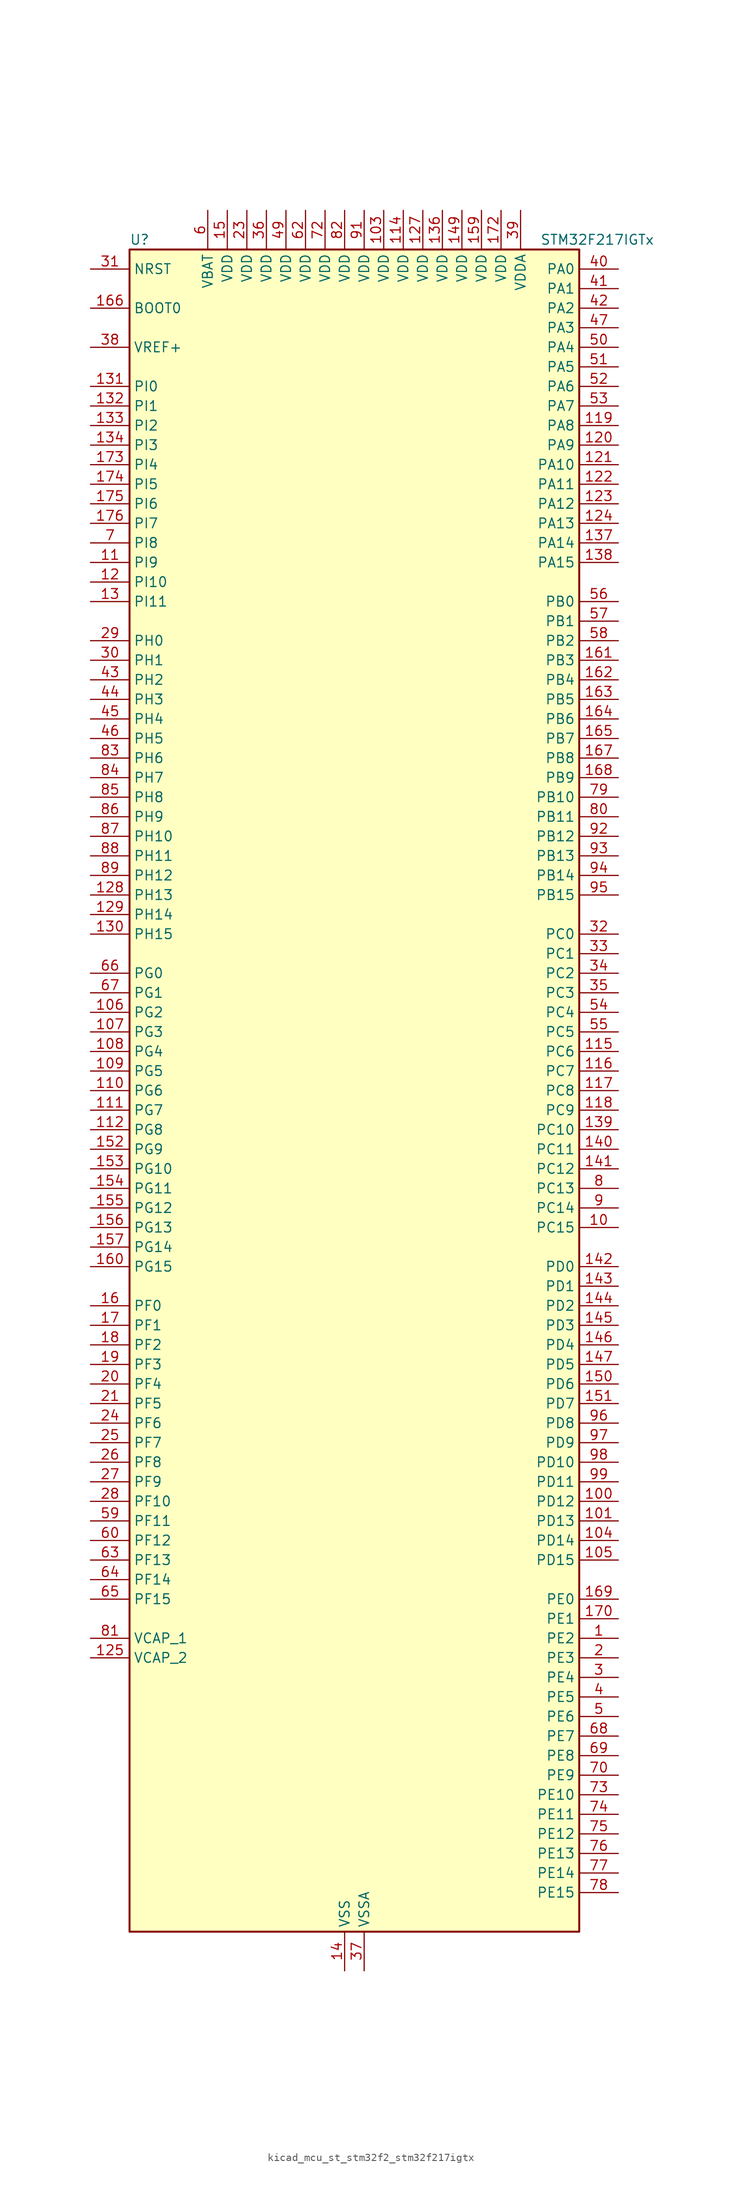
<source format=kicad_sym>
(kicad_symbol_lib
  (version 20220914)
  (generator kicad_symbol_editor)
  (symbol "kicad_mcu_st_stm32f2_stm32f217igtx"
    (property "Reference" "U"
      (at -27.94 110.49 0)
      (effects (font (size 1.27 1.27)) (justify left)))
    (property "Value" "STM32F217IGTx"
      (at 25.4 110.49 0)
      (effects (font (size 1.27 1.27)) (justify left)))
    (property "ki_locked" ""
      (at 0 0 0)
      (effects (font (size 1.27 1.27))))
    (symbol "kicad_mcu_st_stm32f2_stm32f217igtx_0_1"
      (rectangle (start -27.94 -109.22) (end 30.48 109.22) (stroke (width 0.254) (type default)) (fill (type background))))
    (symbol "kicad_mcu_st_stm32f2_stm32f217igtx_1_1"
      (pin bidirectional line (at 35.56 -71.12 180) (length 5.08) (name "PE2" (effects (font (size 1.27 1.27)))) (number "1" (effects (font (size 1.27 1.27)))) (alternate "ETH_TXD3" bidirectional line) (alternate "FSMC_A23" bidirectional line) (alternate "SYS_TRACECLK" bidirectional line))
      (pin bidirectional line (at 35.56 -17.78 180) (length 5.08) (name "PC15" (effects (font (size 1.27 1.27)))) (number "10" (effects (font (size 1.27 1.27)))) (alternate "ADC1_EXTI15" bidirectional line) (alternate "ADC2_EXTI15" bidirectional line) (alternate "ADC3_EXTI15" bidirectional line) (alternate "RCC_OSC32_OUT" bidirectional line))
      (pin bidirectional line (at 35.56 -53.34 180) (length 5.08) (name "PD12" (effects (font (size 1.27 1.27)))) (number "100" (effects (font (size 1.27 1.27)))) (alternate "FSMC_A17" bidirectional line) (alternate "FSMC_ALE" bidirectional line) (alternate "TIM4_CH1" bidirectional line) (alternate "USART3_RTS" bidirectional line))
      (pin bidirectional line (at 35.56 -55.88 180) (length 5.08) (name "PD13" (effects (font (size 1.27 1.27)))) (number "101" (effects (font (size 1.27 1.27)))) (alternate "FSMC_A18" bidirectional line) (alternate "TIM4_CH2" bidirectional line))
      (pin passive line (at 0 -114.3 90) (length 5.08) hide (name "VSS" (effects (font (size 1.27 1.27)))) (number "102" (effects (font (size 1.27 1.27)))))
      (pin power_in line (at 5.08 114.3 270) (length 5.08) (name "VDD" (effects (font (size 1.27 1.27)))) (number "103" (effects (font (size 1.27 1.27)))))
      (pin bidirectional line (at 35.56 -58.42 180) (length 5.08) (name "PD14" (effects (font (size 1.27 1.27)))) (number "104" (effects (font (size 1.27 1.27)))) (alternate "FSMC_D0" bidirectional line) (alternate "FSMC_DA0" bidirectional line) (alternate "TIM4_CH3" bidirectional line))
      (pin bidirectional line (at 35.56 -60.96 180) (length 5.08) (name "PD15" (effects (font (size 1.27 1.27)))) (number "105" (effects (font (size 1.27 1.27)))) (alternate "ADC1_EXTI15" bidirectional line) (alternate "ADC2_EXTI15" bidirectional line) (alternate "ADC3_EXTI15" bidirectional line) (alternate "FSMC_D1" bidirectional line) (alternate "FSMC_DA1" bidirectional line) (alternate "TIM4_CH4" bidirectional line))
      (pin bidirectional line (at -33.02 10.16 0) (length 5.08) (name "PG2" (effects (font (size 1.27 1.27)))) (number "106" (effects (font (size 1.27 1.27)))) (alternate "FSMC_A12" bidirectional line))
      (pin bidirectional line (at -33.02 7.62 0) (length 5.08) (name "PG3" (effects (font (size 1.27 1.27)))) (number "107" (effects (font (size 1.27 1.27)))) (alternate "FSMC_A13" bidirectional line))
      (pin bidirectional line (at -33.02 5.08 0) (length 5.08) (name "PG4" (effects (font (size 1.27 1.27)))) (number "108" (effects (font (size 1.27 1.27)))) (alternate "FSMC_A14" bidirectional line))
      (pin bidirectional line (at -33.02 2.54 0) (length 5.08) (name "PG5" (effects (font (size 1.27 1.27)))) (number "109" (effects (font (size 1.27 1.27)))) (alternate "FSMC_A15" bidirectional line))
      (pin bidirectional line (at -33.02 68.58 0) (length 5.08) (name "PI9" (effects (font (size 1.27 1.27)))) (number "11" (effects (font (size 1.27 1.27)))) (alternate "CAN1_RX" bidirectional line) (alternate "DAC_EXTI9" bidirectional line))
      (pin bidirectional line (at -33.02 0 0) (length 5.08) (name "PG6" (effects (font (size 1.27 1.27)))) (number "110" (effects (font (size 1.27 1.27)))) (alternate "FSMC_INT2" bidirectional line))
      (pin bidirectional line (at -33.02 -2.54 0) (length 5.08) (name "PG7" (effects (font (size 1.27 1.27)))) (number "111" (effects (font (size 1.27 1.27)))) (alternate "FSMC_INT3" bidirectional line) (alternate "USART6_CK" bidirectional line))
      (pin bidirectional line (at -33.02 -5.08 0) (length 5.08) (name "PG8" (effects (font (size 1.27 1.27)))) (number "112" (effects (font (size 1.27 1.27)))) (alternate "ETH_PPS_OUT" bidirectional line) (alternate "USART6_RTS" bidirectional line))
      (pin passive line (at 0 -114.3 90) (length 5.08) hide (name "VSS" (effects (font (size 1.27 1.27)))) (number "113" (effects (font (size 1.27 1.27)))))
      (pin power_in line (at 7.62 114.3 270) (length 5.08) (name "VDD" (effects (font (size 1.27 1.27)))) (number "114" (effects (font (size 1.27 1.27)))))
      (pin bidirectional line (at 35.56 5.08 180) (length 5.08) (name "PC6" (effects (font (size 1.27 1.27)))) (number "115" (effects (font (size 1.27 1.27)))) (alternate "DCMI_D0" bidirectional line) (alternate "I2S2_MCK" bidirectional line) (alternate "SDIO_D6" bidirectional line) (alternate "TIM3_CH1" bidirectional line) (alternate "TIM8_CH1" bidirectional line) (alternate "USART6_TX" bidirectional line))
      (pin bidirectional line (at 35.56 2.54 180) (length 5.08) (name "PC7" (effects (font (size 1.27 1.27)))) (number "116" (effects (font (size 1.27 1.27)))) (alternate "DCMI_D1" bidirectional line) (alternate "I2S3_MCK" bidirectional line) (alternate "SDIO_D7" bidirectional line) (alternate "TIM3_CH2" bidirectional line) (alternate "TIM8_CH2" bidirectional line) (alternate "USART6_RX" bidirectional line))
      (pin bidirectional line (at 35.56 0 180) (length 5.08) (name "PC8" (effects (font (size 1.27 1.27)))) (number "117" (effects (font (size 1.27 1.27)))) (alternate "DCMI_D2" bidirectional line) (alternate "SDIO_D0" bidirectional line) (alternate "TIM3_CH3" bidirectional line) (alternate "TIM8_CH3" bidirectional line) (alternate "USART6_CK" bidirectional line))
      (pin bidirectional line (at 35.56 -2.54 180) (length 5.08) (name "PC9" (effects (font (size 1.27 1.27)))) (number "118" (effects (font (size 1.27 1.27)))) (alternate "DAC_EXTI9" bidirectional line) (alternate "DCMI_D3" bidirectional line) (alternate "I2C3_SDA" bidirectional line) (alternate "I2S_CKIN" bidirectional line) (alternate "RCC_MCO_2" bidirectional line) (alternate "SDIO_D1" bidirectional line) (alternate "TIM3_CH4" bidirectional line) (alternate "TIM8_CH4" bidirectional line))
      (pin bidirectional line (at 35.56 86.36 180) (length 5.08) (name "PA8" (effects (font (size 1.27 1.27)))) (number "119" (effects (font (size 1.27 1.27)))) (alternate "I2C3_SCL" bidirectional line) (alternate "RCC_MCO_1" bidirectional line) (alternate "TIM1_CH1" bidirectional line) (alternate "USART1_CK" bidirectional line) (alternate "USB_OTG_FS_SOF" bidirectional line))
      (pin bidirectional line (at -33.02 66.04 0) (length 5.08) (name "PI10" (effects (font (size 1.27 1.27)))) (number "12" (effects (font (size 1.27 1.27)))) (alternate "ETH_RX_ER" bidirectional line))
      (pin bidirectional line (at 35.56 83.82 180) (length 5.08) (name "PA9" (effects (font (size 1.27 1.27)))) (number "120" (effects (font (size 1.27 1.27)))) (alternate "DAC_EXTI9" bidirectional line) (alternate "DCMI_D0" bidirectional line) (alternate "I2C3_SMBA" bidirectional line) (alternate "TIM1_CH2" bidirectional line) (alternate "USART1_TX" bidirectional line) (alternate "USB_OTG_FS_VBUS" bidirectional line))
      (pin bidirectional line (at 35.56 81.28 180) (length 5.08) (name "PA10" (effects (font (size 1.27 1.27)))) (number "121" (effects (font (size 1.27 1.27)))) (alternate "DCMI_D1" bidirectional line) (alternate "TIM1_CH3" bidirectional line) (alternate "USART1_RX" bidirectional line) (alternate "USB_OTG_FS_ID" bidirectional line))
      (pin bidirectional line (at 35.56 78.74 180) (length 5.08) (name "PA11" (effects (font (size 1.27 1.27)))) (number "122" (effects (font (size 1.27 1.27)))) (alternate "ADC1_EXTI11" bidirectional line) (alternate "ADC2_EXTI11" bidirectional line) (alternate "ADC3_EXTI11" bidirectional line) (alternate "CAN1_RX" bidirectional line) (alternate "TIM1_CH4" bidirectional line) (alternate "USART1_CTS" bidirectional line) (alternate "USB_OTG_FS_DM" bidirectional line))
      (pin bidirectional line (at 35.56 76.2 180) (length 5.08) (name "PA12" (effects (font (size 1.27 1.27)))) (number "123" (effects (font (size 1.27 1.27)))) (alternate "CAN1_TX" bidirectional line) (alternate "TIM1_ETR" bidirectional line) (alternate "USART1_RTS" bidirectional line) (alternate "USB_OTG_FS_DP" bidirectional line))
      (pin bidirectional line (at 35.56 73.66 180) (length 5.08) (name "PA13" (effects (font (size 1.27 1.27)))) (number "124" (effects (font (size 1.27 1.27)))) (alternate "SYS_JTMS-SWDIO" bidirectional line))
      (pin power_out line (at -33.02 -73.66 0) (length 5.08) (name "VCAP_2" (effects (font (size 1.27 1.27)))) (number "125" (effects (font (size 1.27 1.27)))))
      (pin passive line (at 0 -114.3 90) (length 5.08) hide (name "VSS" (effects (font (size 1.27 1.27)))) (number "126" (effects (font (size 1.27 1.27)))))
      (pin power_in line (at 10.16 114.3 270) (length 5.08) (name "VDD" (effects (font (size 1.27 1.27)))) (number "127" (effects (font (size 1.27 1.27)))))
      (pin bidirectional line (at -33.02 25.4 0) (length 5.08) (name "PH13" (effects (font (size 1.27 1.27)))) (number "128" (effects (font (size 1.27 1.27)))) (alternate "CAN1_TX" bidirectional line) (alternate "TIM8_CH1N" bidirectional line))
      (pin bidirectional line (at -33.02 22.86 0) (length 5.08) (name "PH14" (effects (font (size 1.27 1.27)))) (number "129" (effects (font (size 1.27 1.27)))) (alternate "DCMI_D4" bidirectional line) (alternate "TIM8_CH2N" bidirectional line))
      (pin bidirectional line (at -33.02 63.5 0) (length 5.08) (name "PI11" (effects (font (size 1.27 1.27)))) (number "13" (effects (font (size 1.27 1.27)))) (alternate "ADC1_EXTI11" bidirectional line) (alternate "ADC2_EXTI11" bidirectional line) (alternate "ADC3_EXTI11" bidirectional line) (alternate "USB_OTG_HS_ULPI_DIR" bidirectional line))
      (pin bidirectional line (at -33.02 20.32 0) (length 5.08) (name "PH15" (effects (font (size 1.27 1.27)))) (number "130" (effects (font (size 1.27 1.27)))) (alternate "ADC1_EXTI15" bidirectional line) (alternate "ADC2_EXTI15" bidirectional line) (alternate "ADC3_EXTI15" bidirectional line) (alternate "DCMI_D11" bidirectional line) (alternate "TIM8_CH3N" bidirectional line))
      (pin bidirectional line (at -33.02 91.44 0) (length 5.08) (name "PI0" (effects (font (size 1.27 1.27)))) (number "131" (effects (font (size 1.27 1.27)))) (alternate "DCMI_D13" bidirectional line) (alternate "I2S2_WS" bidirectional line) (alternate "SPI2_NSS" bidirectional line) (alternate "TIM5_CH4" bidirectional line))
      (pin bidirectional line (at -33.02 88.9 0) (length 5.08) (name "PI1" (effects (font (size 1.27 1.27)))) (number "132" (effects (font (size 1.27 1.27)))) (alternate "DCMI_D8" bidirectional line) (alternate "I2S2_SCK" bidirectional line) (alternate "SPI2_SCK" bidirectional line))
      (pin bidirectional line (at -33.02 86.36 0) (length 5.08) (name "PI2" (effects (font (size 1.27 1.27)))) (number "133" (effects (font (size 1.27 1.27)))) (alternate "DCMI_D9" bidirectional line) (alternate "SPI2_MISO" bidirectional line) (alternate "TIM8_CH4" bidirectional line))
      (pin bidirectional line (at -33.02 83.82 0) (length 5.08) (name "PI3" (effects (font (size 1.27 1.27)))) (number "134" (effects (font (size 1.27 1.27)))) (alternate "DCMI_D10" bidirectional line) (alternate "I2S2_SD" bidirectional line) (alternate "SPI2_MOSI" bidirectional line) (alternate "TIM8_ETR" bidirectional line))
      (pin passive line (at 0 -114.3 90) (length 5.08) hide (name "VSS" (effects (font (size 1.27 1.27)))) (number "135" (effects (font (size 1.27 1.27)))))
      (pin power_in line (at 12.7 114.3 270) (length 5.08) (name "VDD" (effects (font (size 1.27 1.27)))) (number "136" (effects (font (size 1.27 1.27)))))
      (pin bidirectional line (at 35.56 71.12 180) (length 5.08) (name "PA14" (effects (font (size 1.27 1.27)))) (number "137" (effects (font (size 1.27 1.27)))) (alternate "SYS_JTCK-SWCLK" bidirectional line))
      (pin bidirectional line (at 35.56 68.58 180) (length 5.08) (name "PA15" (effects (font (size 1.27 1.27)))) (number "138" (effects (font (size 1.27 1.27)))) (alternate "ADC1_EXTI15" bidirectional line) (alternate "ADC2_EXTI15" bidirectional line) (alternate "ADC3_EXTI15" bidirectional line) (alternate "I2S3_WS" bidirectional line) (alternate "SPI1_NSS" bidirectional line) (alternate "SPI3_NSS" bidirectional line) (alternate "SYS_JTDI" bidirectional line) (alternate "TIM2_CH1" bidirectional line) (alternate "TIM2_ETR" bidirectional line))
      (pin bidirectional line (at 35.56 -5.08 180) (length 5.08) (name "PC10" (effects (font (size 1.27 1.27)))) (number "139" (effects (font (size 1.27 1.27)))) (alternate "DCMI_D8" bidirectional line) (alternate "I2S3_SCK" bidirectional line) (alternate "SDIO_D2" bidirectional line) (alternate "SPI3_SCK" bidirectional line) (alternate "UART4_TX" bidirectional line) (alternate "USART3_TX" bidirectional line))
      (pin power_in line (at 0 -114.3 90) (length 5.08) (name "VSS" (effects (font (size 1.27 1.27)))) (number "14" (effects (font (size 1.27 1.27)))))
      (pin bidirectional line (at 35.56 -7.62 180) (length 5.08) (name "PC11" (effects (font (size 1.27 1.27)))) (number "140" (effects (font (size 1.27 1.27)))) (alternate "ADC1_EXTI11" bidirectional line) (alternate "ADC2_EXTI11" bidirectional line) (alternate "ADC3_EXTI11" bidirectional line) (alternate "DCMI_D4" bidirectional line) (alternate "SDIO_D3" bidirectional line) (alternate "SPI3_MISO" bidirectional line) (alternate "UART4_RX" bidirectional line) (alternate "USART3_RX" bidirectional line))
      (pin bidirectional line (at 35.56 -10.16 180) (length 5.08) (name "PC12" (effects (font (size 1.27 1.27)))) (number "141" (effects (font (size 1.27 1.27)))) (alternate "DCMI_D9" bidirectional line) (alternate "I2S3_SD" bidirectional line) (alternate "SDIO_CK" bidirectional line) (alternate "SPI3_MOSI" bidirectional line) (alternate "UART5_TX" bidirectional line) (alternate "USART3_CK" bidirectional line))
      (pin bidirectional line (at 35.56 -22.86 180) (length 5.08) (name "PD0" (effects (font (size 1.27 1.27)))) (number "142" (effects (font (size 1.27 1.27)))) (alternate "CAN1_RX" bidirectional line) (alternate "FSMC_D2" bidirectional line) (alternate "FSMC_DA2" bidirectional line))
      (pin bidirectional line (at 35.56 -25.4 180) (length 5.08) (name "PD1" (effects (font (size 1.27 1.27)))) (number "143" (effects (font (size 1.27 1.27)))) (alternate "CAN1_TX" bidirectional line) (alternate "FSMC_D3" bidirectional line) (alternate "FSMC_DA3" bidirectional line))
      (pin bidirectional line (at 35.56 -27.94 180) (length 5.08) (name "PD2" (effects (font (size 1.27 1.27)))) (number "144" (effects (font (size 1.27 1.27)))) (alternate "DCMI_D11" bidirectional line) (alternate "SDIO_CMD" bidirectional line) (alternate "TIM3_ETR" bidirectional line) (alternate "UART5_RX" bidirectional line))
      (pin bidirectional line (at 35.56 -30.48 180) (length 5.08) (name "PD3" (effects (font (size 1.27 1.27)))) (number "145" (effects (font (size 1.27 1.27)))) (alternate "FSMC_CLK" bidirectional line) (alternate "USART2_CTS" bidirectional line))
      (pin bidirectional line (at 35.56 -33.02 180) (length 5.08) (name "PD4" (effects (font (size 1.27 1.27)))) (number "146" (effects (font (size 1.27 1.27)))) (alternate "FSMC_NOE" bidirectional line) (alternate "USART2_RTS" bidirectional line))
      (pin bidirectional line (at 35.56 -35.56 180) (length 5.08) (name "PD5" (effects (font (size 1.27 1.27)))) (number "147" (effects (font (size 1.27 1.27)))) (alternate "FSMC_NWE" bidirectional line) (alternate "USART2_TX" bidirectional line))
      (pin passive line (at 0 -114.3 90) (length 5.08) hide (name "VSS" (effects (font (size 1.27 1.27)))) (number "148" (effects (font (size 1.27 1.27)))))
      (pin power_in line (at 15.24 114.3 270) (length 5.08) (name "VDD" (effects (font (size 1.27 1.27)))) (number "149" (effects (font (size 1.27 1.27)))))
      (pin power_in line (at -15.24 114.3 270) (length 5.08) (name "VDD" (effects (font (size 1.27 1.27)))) (number "15" (effects (font (size 1.27 1.27)))))
      (pin bidirectional line (at 35.56 -38.1 180) (length 5.08) (name "PD6" (effects (font (size 1.27 1.27)))) (number "150" (effects (font (size 1.27 1.27)))) (alternate "FSMC_NWAIT" bidirectional line) (alternate "USART2_RX" bidirectional line))
      (pin bidirectional line (at 35.56 -40.64 180) (length 5.08) (name "PD7" (effects (font (size 1.27 1.27)))) (number "151" (effects (font (size 1.27 1.27)))) (alternate "FSMC_NCE2" bidirectional line) (alternate "FSMC_NE1" bidirectional line) (alternate "USART2_CK" bidirectional line))
      (pin bidirectional line (at -33.02 -7.62 0) (length 5.08) (name "PG9" (effects (font (size 1.27 1.27)))) (number "152" (effects (font (size 1.27 1.27)))) (alternate "DAC_EXTI9" bidirectional line) (alternate "FSMC_NCE3" bidirectional line) (alternate "FSMC_NE2" bidirectional line) (alternate "USART6_RX" bidirectional line))
      (pin bidirectional line (at -33.02 -10.16 0) (length 5.08) (name "PG10" (effects (font (size 1.27 1.27)))) (number "153" (effects (font (size 1.27 1.27)))) (alternate "FSMC_NCE4_1" bidirectional line) (alternate "FSMC_NE3" bidirectional line))
      (pin bidirectional line (at -33.02 -12.7 0) (length 5.08) (name "PG11" (effects (font (size 1.27 1.27)))) (number "154" (effects (font (size 1.27 1.27)))) (alternate "ADC1_EXTI11" bidirectional line) (alternate "ADC2_EXTI11" bidirectional line) (alternate "ADC3_EXTI11" bidirectional line) (alternate "ETH_TX_EN" bidirectional line) (alternate "FSMC_NCE4_2" bidirectional line))
      (pin bidirectional line (at -33.02 -15.24 0) (length 5.08) (name "PG12" (effects (font (size 1.27 1.27)))) (number "155" (effects (font (size 1.27 1.27)))) (alternate "FSMC_NE4" bidirectional line) (alternate "USART6_RTS" bidirectional line))
      (pin bidirectional line (at -33.02 -17.78 0) (length 5.08) (name "PG13" (effects (font (size 1.27 1.27)))) (number "156" (effects (font (size 1.27 1.27)))) (alternate "ETH_TXD0" bidirectional line) (alternate "FSMC_A24" bidirectional line) (alternate "USART6_CTS" bidirectional line))
      (pin bidirectional line (at -33.02 -20.32 0) (length 5.08) (name "PG14" (effects (font (size 1.27 1.27)))) (number "157" (effects (font (size 1.27 1.27)))) (alternate "ETH_TXD1" bidirectional line) (alternate "FSMC_A25" bidirectional line) (alternate "USART6_TX" bidirectional line))
      (pin passive line (at 0 -114.3 90) (length 5.08) hide (name "VSS" (effects (font (size 1.27 1.27)))) (number "158" (effects (font (size 1.27 1.27)))))
      (pin power_in line (at 17.78 114.3 270) (length 5.08) (name "VDD" (effects (font (size 1.27 1.27)))) (number "159" (effects (font (size 1.27 1.27)))))
      (pin bidirectional line (at -33.02 -27.94 0) (length 5.08) (name "PF0" (effects (font (size 1.27 1.27)))) (number "16" (effects (font (size 1.27 1.27)))) (alternate "FSMC_A0" bidirectional line) (alternate "I2C2_SDA" bidirectional line))
      (pin bidirectional line (at -33.02 -22.86 0) (length 5.08) (name "PG15" (effects (font (size 1.27 1.27)))) (number "160" (effects (font (size 1.27 1.27)))) (alternate "ADC1_EXTI15" bidirectional line) (alternate "ADC2_EXTI15" bidirectional line) (alternate "ADC3_EXTI15" bidirectional line) (alternate "DCMI_D13" bidirectional line) (alternate "USART6_CTS" bidirectional line))
      (pin bidirectional line (at 35.56 55.88 180) (length 5.08) (name "PB3" (effects (font (size 1.27 1.27)))) (number "161" (effects (font (size 1.27 1.27)))) (alternate "I2S3_SCK" bidirectional line) (alternate "SPI1_SCK" bidirectional line) (alternate "SPI3_SCK" bidirectional line) (alternate "SYS_JTDO-SWO" bidirectional line) (alternate "TIM2_CH2" bidirectional line))
      (pin bidirectional line (at 35.56 53.34 180) (length 5.08) (name "PB4" (effects (font (size 1.27 1.27)))) (number "162" (effects (font (size 1.27 1.27)))) (alternate "SPI1_MISO" bidirectional line) (alternate "SPI3_MISO" bidirectional line) (alternate "SYS_JTRST" bidirectional line) (alternate "TIM3_CH1" bidirectional line))
      (pin bidirectional line (at 35.56 50.8 180) (length 5.08) (name "PB5" (effects (font (size 1.27 1.27)))) (number "163" (effects (font (size 1.27 1.27)))) (alternate "CAN2_RX" bidirectional line) (alternate "DCMI_D10" bidirectional line) (alternate "ETH_PPS_OUT" bidirectional line) (alternate "I2C1_SMBA" bidirectional line) (alternate "I2S3_SD" bidirectional line) (alternate "SPI1_MOSI" bidirectional line) (alternate "SPI3_MOSI" bidirectional line) (alternate "TIM3_CH2" bidirectional line) (alternate "USB_OTG_HS_ULPI_D7" bidirectional line))
      (pin bidirectional line (at 35.56 48.26 180) (length 5.08) (name "PB6" (effects (font (size 1.27 1.27)))) (number "164" (effects (font (size 1.27 1.27)))) (alternate "CAN2_TX" bidirectional line) (alternate "DCMI_D5" bidirectional line) (alternate "I2C1_SCL" bidirectional line) (alternate "TIM4_CH1" bidirectional line) (alternate "USART1_TX" bidirectional line))
      (pin bidirectional line (at 35.56 45.72 180) (length 5.08) (name "PB7" (effects (font (size 1.27 1.27)))) (number "165" (effects (font (size 1.27 1.27)))) (alternate "DCMI_VSYNC" bidirectional line) (alternate "FSMC_NL" bidirectional line) (alternate "I2C1_SDA" bidirectional line) (alternate "TIM4_CH2" bidirectional line) (alternate "USART1_RX" bidirectional line))
      (pin input line (at -33.02 101.6 0) (length 5.08) (name "BOOT0" (effects (font (size 1.27 1.27)))) (number "166" (effects (font (size 1.27 1.27)))))
      (pin bidirectional line (at 35.56 43.18 180) (length 5.08) (name "PB8" (effects (font (size 1.27 1.27)))) (number "167" (effects (font (size 1.27 1.27)))) (alternate "CAN1_RX" bidirectional line) (alternate "DCMI_D6" bidirectional line) (alternate "ETH_TXD3" bidirectional line) (alternate "I2C1_SCL" bidirectional line) (alternate "SDIO_D4" bidirectional line) (alternate "TIM10_CH1" bidirectional line) (alternate "TIM4_CH3" bidirectional line))
      (pin bidirectional line (at 35.56 40.64 180) (length 5.08) (name "PB9" (effects (font (size 1.27 1.27)))) (number "168" (effects (font (size 1.27 1.27)))) (alternate "CAN1_TX" bidirectional line) (alternate "DAC_EXTI9" bidirectional line) (alternate "DCMI_D7" bidirectional line) (alternate "I2C1_SDA" bidirectional line) (alternate "I2S2_WS" bidirectional line) (alternate "SDIO_D5" bidirectional line) (alternate "SPI2_NSS" bidirectional line) (alternate "TIM11_CH1" bidirectional line) (alternate "TIM4_CH4" bidirectional line))
      (pin bidirectional line (at 35.56 -66.04 180) (length 5.08) (name "PE0" (effects (font (size 1.27 1.27)))) (number "169" (effects (font (size 1.27 1.27)))) (alternate "DCMI_D2" bidirectional line) (alternate "FSMC_NBL0" bidirectional line) (alternate "TIM4_ETR" bidirectional line))
      (pin bidirectional line (at -33.02 -30.48 0) (length 5.08) (name "PF1" (effects (font (size 1.27 1.27)))) (number "17" (effects (font (size 1.27 1.27)))) (alternate "FSMC_A1" bidirectional line) (alternate "I2C2_SCL" bidirectional line))
      (pin bidirectional line (at 35.56 -68.58 180) (length 5.08) (name "PE1" (effects (font (size 1.27 1.27)))) (number "170" (effects (font (size 1.27 1.27)))) (alternate "DCMI_D3" bidirectional line) (alternate "FSMC_NBL1" bidirectional line))
      (pin no_connect line (at -27.94 -109.22 0) (length 5.08) hide (name "RFU" (effects (font (size 1.27 1.27)))) (number "171" (effects (font (size 1.27 1.27)))))
      (pin power_in line (at 20.32 114.3 270) (length 5.08) (name "VDD" (effects (font (size 1.27 1.27)))) (number "172" (effects (font (size 1.27 1.27)))))
      (pin bidirectional line (at -33.02 81.28 0) (length 5.08) (name "PI4" (effects (font (size 1.27 1.27)))) (number "173" (effects (font (size 1.27 1.27)))) (alternate "DCMI_D5" bidirectional line) (alternate "TIM8_BKIN" bidirectional line))
      (pin bidirectional line (at -33.02 78.74 0) (length 5.08) (name "PI5" (effects (font (size 1.27 1.27)))) (number "174" (effects (font (size 1.27 1.27)))) (alternate "DCMI_VSYNC" bidirectional line) (alternate "TIM8_CH1" bidirectional line))
      (pin bidirectional line (at -33.02 76.2 0) (length 5.08) (name "PI6" (effects (font (size 1.27 1.27)))) (number "175" (effects (font (size 1.27 1.27)))) (alternate "DCMI_D6" bidirectional line) (alternate "TIM8_CH2" bidirectional line))
      (pin bidirectional line (at -33.02 73.66 0) (length 5.08) (name "PI7" (effects (font (size 1.27 1.27)))) (number "176" (effects (font (size 1.27 1.27)))) (alternate "DCMI_D7" bidirectional line) (alternate "TIM8_CH3" bidirectional line))
      (pin bidirectional line (at -33.02 -33.02 0) (length 5.08) (name "PF2" (effects (font (size 1.27 1.27)))) (number "18" (effects (font (size 1.27 1.27)))) (alternate "FSMC_A2" bidirectional line) (alternate "I2C2_SMBA" bidirectional line))
      (pin bidirectional line (at -33.02 -35.56 0) (length 5.08) (name "PF3" (effects (font (size 1.27 1.27)))) (number "19" (effects (font (size 1.27 1.27)))) (alternate "ADC3_IN9" bidirectional line) (alternate "FSMC_A3" bidirectional line))
      (pin bidirectional line (at 35.56 -73.66 180) (length 5.08) (name "PE3" (effects (font (size 1.27 1.27)))) (number "2" (effects (font (size 1.27 1.27)))) (alternate "FSMC_A19" bidirectional line) (alternate "SYS_TRACED0" bidirectional line))
      (pin bidirectional line (at -33.02 -38.1 0) (length 5.08) (name "PF4" (effects (font (size 1.27 1.27)))) (number "20" (effects (font (size 1.27 1.27)))) (alternate "ADC3_IN14" bidirectional line) (alternate "FSMC_A4" bidirectional line))
      (pin bidirectional line (at -33.02 -40.64 0) (length 5.08) (name "PF5" (effects (font (size 1.27 1.27)))) (number "21" (effects (font (size 1.27 1.27)))) (alternate "ADC3_IN15" bidirectional line) (alternate "FSMC_A5" bidirectional line))
      (pin passive line (at 0 -114.3 90) (length 5.08) hide (name "VSS" (effects (font (size 1.27 1.27)))) (number "22" (effects (font (size 1.27 1.27)))))
      (pin power_in line (at -12.7 114.3 270) (length 5.08) (name "VDD" (effects (font (size 1.27 1.27)))) (number "23" (effects (font (size 1.27 1.27)))))
      (pin bidirectional line (at -33.02 -43.18 0) (length 5.08) (name "PF6" (effects (font (size 1.27 1.27)))) (number "24" (effects (font (size 1.27 1.27)))) (alternate "ADC3_IN4" bidirectional line) (alternate "FSMC_NIORD" bidirectional line) (alternate "TIM10_CH1" bidirectional line))
      (pin bidirectional line (at -33.02 -45.72 0) (length 5.08) (name "PF7" (effects (font (size 1.27 1.27)))) (number "25" (effects (font (size 1.27 1.27)))) (alternate "ADC3_IN5" bidirectional line) (alternate "FSMC_NREG" bidirectional line) (alternate "TIM11_CH1" bidirectional line))
      (pin bidirectional line (at -33.02 -48.26 0) (length 5.08) (name "PF8" (effects (font (size 1.27 1.27)))) (number "26" (effects (font (size 1.27 1.27)))) (alternate "ADC3_IN6" bidirectional line) (alternate "FSMC_NIOWR" bidirectional line) (alternate "TIM13_CH1" bidirectional line))
      (pin bidirectional line (at -33.02 -50.8 0) (length 5.08) (name "PF9" (effects (font (size 1.27 1.27)))) (number "27" (effects (font (size 1.27 1.27)))) (alternate "ADC3_IN7" bidirectional line) (alternate "DAC_EXTI9" bidirectional line) (alternate "FSMC_CD" bidirectional line) (alternate "TIM14_CH1" bidirectional line))
      (pin bidirectional line (at -33.02 -53.34 0) (length 5.08) (name "PF10" (effects (font (size 1.27 1.27)))) (number "28" (effects (font (size 1.27 1.27)))) (alternate "ADC3_IN8" bidirectional line) (alternate "FSMC_INTR" bidirectional line))
      (pin bidirectional line (at -33.02 58.42 0) (length 5.08) (name "PH0" (effects (font (size 1.27 1.27)))) (number "29" (effects (font (size 1.27 1.27)))) (alternate "RCC_OSC_IN" bidirectional line))
      (pin bidirectional line (at 35.56 -76.2 180) (length 5.08) (name "PE4" (effects (font (size 1.27 1.27)))) (number "3" (effects (font (size 1.27 1.27)))) (alternate "DCMI_D4" bidirectional line) (alternate "FSMC_A20" bidirectional line) (alternate "SYS_TRACED1" bidirectional line))
      (pin bidirectional line (at -33.02 55.88 0) (length 5.08) (name "PH1" (effects (font (size 1.27 1.27)))) (number "30" (effects (font (size 1.27 1.27)))) (alternate "RCC_OSC_OUT" bidirectional line))
      (pin input line (at -33.02 106.68 0) (length 5.08) (name "NRST" (effects (font (size 1.27 1.27)))) (number "31" (effects (font (size 1.27 1.27)))))
      (pin bidirectional line (at 35.56 20.32 180) (length 5.08) (name "PC0" (effects (font (size 1.27 1.27)))) (number "32" (effects (font (size 1.27 1.27)))) (alternate "ADC1_IN10" bidirectional line) (alternate "ADC2_IN10" bidirectional line) (alternate "ADC3_IN10" bidirectional line) (alternate "USB_OTG_HS_ULPI_STP" bidirectional line))
      (pin bidirectional line (at 35.56 17.78 180) (length 5.08) (name "PC1" (effects (font (size 1.27 1.27)))) (number "33" (effects (font (size 1.27 1.27)))) (alternate "ADC1_IN11" bidirectional line) (alternate "ADC2_IN11" bidirectional line) (alternate "ADC3_IN11" bidirectional line) (alternate "ETH_MDC" bidirectional line))
      (pin bidirectional line (at 35.56 15.24 180) (length 5.08) (name "PC2" (effects (font (size 1.27 1.27)))) (number "34" (effects (font (size 1.27 1.27)))) (alternate "ADC1_IN12" bidirectional line) (alternate "ADC2_IN12" bidirectional line) (alternate "ADC3_IN12" bidirectional line) (alternate "ETH_TXD2" bidirectional line) (alternate "SPI2_MISO" bidirectional line) (alternate "USB_OTG_HS_ULPI_DIR" bidirectional line))
      (pin bidirectional line (at 35.56 12.7 180) (length 5.08) (name "PC3" (effects (font (size 1.27 1.27)))) (number "35" (effects (font (size 1.27 1.27)))) (alternate "ADC1_IN13" bidirectional line) (alternate "ADC2_IN13" bidirectional line) (alternate "ADC3_IN13" bidirectional line) (alternate "ETH_TX_CLK" bidirectional line) (alternate "I2S2_SD" bidirectional line) (alternate "SPI2_MOSI" bidirectional line) (alternate "USB_OTG_HS_ULPI_NXT" bidirectional line))
      (pin power_in line (at -10.16 114.3 270) (length 5.08) (name "VDD" (effects (font (size 1.27 1.27)))) (number "36" (effects (font (size 1.27 1.27)))))
      (pin power_in line (at 2.54 -114.3 90) (length 5.08) (name "VSSA" (effects (font (size 1.27 1.27)))) (number "37" (effects (font (size 1.27 1.27)))))
      (pin input line (at -33.02 96.52 0) (length 5.08) (name "VREF+" (effects (font (size 1.27 1.27)))) (number "38" (effects (font (size 1.27 1.27)))))
      (pin power_in line (at 22.86 114.3 270) (length 5.08) (name "VDDA" (effects (font (size 1.27 1.27)))) (number "39" (effects (font (size 1.27 1.27)))))
      (pin bidirectional line (at 35.56 -78.74 180) (length 5.08) (name "PE5" (effects (font (size 1.27 1.27)))) (number "4" (effects (font (size 1.27 1.27)))) (alternate "DCMI_D6" bidirectional line) (alternate "FSMC_A21" bidirectional line) (alternate "SYS_TRACED2" bidirectional line) (alternate "TIM9_CH1" bidirectional line))
      (pin bidirectional line (at 35.56 106.68 180) (length 5.08) (name "PA0" (effects (font (size 1.27 1.27)))) (number "40" (effects (font (size 1.27 1.27)))) (alternate "ADC1_IN0" bidirectional line) (alternate "ADC2_IN0" bidirectional line) (alternate "ADC3_IN0" bidirectional line) (alternate "ETH_CRS" bidirectional line) (alternate "SYS_WKUP" bidirectional line) (alternate "TIM2_CH1" bidirectional line) (alternate "TIM2_ETR" bidirectional line) (alternate "TIM5_CH1" bidirectional line) (alternate "TIM8_ETR" bidirectional line) (alternate "UART4_TX" bidirectional line) (alternate "USART2_CTS" bidirectional line))
      (pin bidirectional line (at 35.56 104.14 180) (length 5.08) (name "PA1" (effects (font (size 1.27 1.27)))) (number "41" (effects (font (size 1.27 1.27)))) (alternate "ADC1_IN1" bidirectional line) (alternate "ADC2_IN1" bidirectional line) (alternate "ADC3_IN1" bidirectional line) (alternate "ETH_REF_CLK" bidirectional line) (alternate "ETH_RX_CLK" bidirectional line) (alternate "TIM2_CH2" bidirectional line) (alternate "TIM5_CH2" bidirectional line) (alternate "UART4_RX" bidirectional line) (alternate "USART2_RTS" bidirectional line))
      (pin bidirectional line (at 35.56 101.6 180) (length 5.08) (name "PA2" (effects (font (size 1.27 1.27)))) (number "42" (effects (font (size 1.27 1.27)))) (alternate "ADC1_IN2" bidirectional line) (alternate "ADC2_IN2" bidirectional line) (alternate "ADC3_IN2" bidirectional line) (alternate "ETH_MDIO" bidirectional line) (alternate "TIM2_CH3" bidirectional line) (alternate "TIM5_CH3" bidirectional line) (alternate "TIM9_CH1" bidirectional line) (alternate "USART2_TX" bidirectional line))
      (pin bidirectional line (at -33.02 53.34 0) (length 5.08) (name "PH2" (effects (font (size 1.27 1.27)))) (number "43" (effects (font (size 1.27 1.27)))) (alternate "ETH_CRS" bidirectional line))
      (pin bidirectional line (at -33.02 50.8 0) (length 5.08) (name "PH3" (effects (font (size 1.27 1.27)))) (number "44" (effects (font (size 1.27 1.27)))) (alternate "ETH_COL" bidirectional line))
      (pin bidirectional line (at -33.02 48.26 0) (length 5.08) (name "PH4" (effects (font (size 1.27 1.27)))) (number "45" (effects (font (size 1.27 1.27)))) (alternate "I2C2_SCL" bidirectional line) (alternate "USB_OTG_HS_ULPI_NXT" bidirectional line))
      (pin bidirectional line (at -33.02 45.72 0) (length 5.08) (name "PH5" (effects (font (size 1.27 1.27)))) (number "46" (effects (font (size 1.27 1.27)))) (alternate "I2C2_SDA" bidirectional line))
      (pin bidirectional line (at 35.56 99.06 180) (length 5.08) (name "PA3" (effects (font (size 1.27 1.27)))) (number "47" (effects (font (size 1.27 1.27)))) (alternate "ADC1_IN3" bidirectional line) (alternate "ADC2_IN3" bidirectional line) (alternate "ADC3_IN3" bidirectional line) (alternate "ETH_COL" bidirectional line) (alternate "TIM2_CH4" bidirectional line) (alternate "TIM5_CH4" bidirectional line) (alternate "TIM9_CH2" bidirectional line) (alternate "USART2_RX" bidirectional line) (alternate "USB_OTG_HS_ULPI_D0" bidirectional line))
      (pin passive line (at 0 -114.3 90) (length 5.08) hide (name "VSS" (effects (font (size 1.27 1.27)))) (number "48" (effects (font (size 1.27 1.27)))))
      (pin power_in line (at -7.62 114.3 270) (length 5.08) (name "VDD" (effects (font (size 1.27 1.27)))) (number "49" (effects (font (size 1.27 1.27)))))
      (pin bidirectional line (at 35.56 -81.28 180) (length 5.08) (name "PE6" (effects (font (size 1.27 1.27)))) (number "5" (effects (font (size 1.27 1.27)))) (alternate "DCMI_D7" bidirectional line) (alternate "FSMC_A22" bidirectional line) (alternate "SYS_TRACED3" bidirectional line) (alternate "TIM9_CH2" bidirectional line))
      (pin bidirectional line (at 35.56 96.52 180) (length 5.08) (name "PA4" (effects (font (size 1.27 1.27)))) (number "50" (effects (font (size 1.27 1.27)))) (alternate "ADC1_IN4" bidirectional line) (alternate "ADC2_IN4" bidirectional line) (alternate "DAC_OUT1" bidirectional line) (alternate "DCMI_HSYNC" bidirectional line) (alternate "I2S3_WS" bidirectional line) (alternate "SPI1_NSS" bidirectional line) (alternate "SPI3_NSS" bidirectional line) (alternate "USART2_CK" bidirectional line) (alternate "USB_OTG_HS_SOF" bidirectional line))
      (pin bidirectional line (at 35.56 93.98 180) (length 5.08) (name "PA5" (effects (font (size 1.27 1.27)))) (number "51" (effects (font (size 1.27 1.27)))) (alternate "ADC1_IN5" bidirectional line) (alternate "ADC2_IN5" bidirectional line) (alternate "DAC_OUT2" bidirectional line) (alternate "SPI1_SCK" bidirectional line) (alternate "TIM2_CH1" bidirectional line) (alternate "TIM2_ETR" bidirectional line) (alternate "TIM8_CH1N" bidirectional line) (alternate "USB_OTG_HS_ULPI_CK" bidirectional line))
      (pin bidirectional line (at 35.56 91.44 180) (length 5.08) (name "PA6" (effects (font (size 1.27 1.27)))) (number "52" (effects (font (size 1.27 1.27)))) (alternate "ADC1_IN6" bidirectional line) (alternate "ADC2_IN6" bidirectional line) (alternate "DCMI_PIXCLK" bidirectional line) (alternate "SPI1_MISO" bidirectional line) (alternate "TIM13_CH1" bidirectional line) (alternate "TIM1_BKIN" bidirectional line) (alternate "TIM3_CH1" bidirectional line) (alternate "TIM8_BKIN" bidirectional line))
      (pin bidirectional line (at 35.56 88.9 180) (length 5.08) (name "PA7" (effects (font (size 1.27 1.27)))) (number "53" (effects (font (size 1.27 1.27)))) (alternate "ADC1_IN7" bidirectional line) (alternate "ADC2_IN7" bidirectional line) (alternate "ETH_CRS_DV" bidirectional line) (alternate "ETH_RX_DV" bidirectional line) (alternate "SPI1_MOSI" bidirectional line) (alternate "TIM14_CH1" bidirectional line) (alternate "TIM1_CH1N" bidirectional line) (alternate "TIM3_CH2" bidirectional line) (alternate "TIM8_CH1N" bidirectional line))
      (pin bidirectional line (at 35.56 10.16 180) (length 5.08) (name "PC4" (effects (font (size 1.27 1.27)))) (number "54" (effects (font (size 1.27 1.27)))) (alternate "ADC1_IN14" bidirectional line) (alternate "ADC2_IN14" bidirectional line) (alternate "ETH_RXD0" bidirectional line))
      (pin bidirectional line (at 35.56 7.62 180) (length 5.08) (name "PC5" (effects (font (size 1.27 1.27)))) (number "55" (effects (font (size 1.27 1.27)))) (alternate "ADC1_IN15" bidirectional line) (alternate "ADC2_IN15" bidirectional line) (alternate "ETH_RXD1" bidirectional line))
      (pin bidirectional line (at 35.56 63.5 180) (length 5.08) (name "PB0" (effects (font (size 1.27 1.27)))) (number "56" (effects (font (size 1.27 1.27)))) (alternate "ADC1_IN8" bidirectional line) (alternate "ADC2_IN8" bidirectional line) (alternate "ETH_RXD2" bidirectional line) (alternate "TIM1_CH2N" bidirectional line) (alternate "TIM3_CH3" bidirectional line) (alternate "TIM8_CH2N" bidirectional line) (alternate "USB_OTG_HS_ULPI_D1" bidirectional line))
      (pin bidirectional line (at 35.56 60.96 180) (length 5.08) (name "PB1" (effects (font (size 1.27 1.27)))) (number "57" (effects (font (size 1.27 1.27)))) (alternate "ADC1_IN9" bidirectional line) (alternate "ADC2_IN9" bidirectional line) (alternate "ETH_RXD3" bidirectional line) (alternate "TIM1_CH3N" bidirectional line) (alternate "TIM3_CH4" bidirectional line) (alternate "TIM8_CH3N" bidirectional line) (alternate "USB_OTG_HS_ULPI_D2" bidirectional line))
      (pin bidirectional line (at 35.56 58.42 180) (length 5.08) (name "PB2" (effects (font (size 1.27 1.27)))) (number "58" (effects (font (size 1.27 1.27)))))
      (pin bidirectional line (at -33.02 -55.88 0) (length 5.08) (name "PF11" (effects (font (size 1.27 1.27)))) (number "59" (effects (font (size 1.27 1.27)))) (alternate "ADC1_EXTI11" bidirectional line) (alternate "ADC2_EXTI11" bidirectional line) (alternate "ADC3_EXTI11" bidirectional line) (alternate "DCMI_D12" bidirectional line))
      (pin power_in line (at -17.78 114.3 270) (length 5.08) (name "VBAT" (effects (font (size 1.27 1.27)))) (number "6" (effects (font (size 1.27 1.27)))))
      (pin bidirectional line (at -33.02 -58.42 0) (length 5.08) (name "PF12" (effects (font (size 1.27 1.27)))) (number "60" (effects (font (size 1.27 1.27)))) (alternate "FSMC_A6" bidirectional line))
      (pin passive line (at 0 -114.3 90) (length 5.08) hide (name "VSS" (effects (font (size 1.27 1.27)))) (number "61" (effects (font (size 1.27 1.27)))))
      (pin power_in line (at -5.08 114.3 270) (length 5.08) (name "VDD" (effects (font (size 1.27 1.27)))) (number "62" (effects (font (size 1.27 1.27)))))
      (pin bidirectional line (at -33.02 -60.96 0) (length 5.08) (name "PF13" (effects (font (size 1.27 1.27)))) (number "63" (effects (font (size 1.27 1.27)))) (alternate "FSMC_A7" bidirectional line))
      (pin bidirectional line (at -33.02 -63.5 0) (length 5.08) (name "PF14" (effects (font (size 1.27 1.27)))) (number "64" (effects (font (size 1.27 1.27)))) (alternate "FSMC_A8" bidirectional line))
      (pin bidirectional line (at -33.02 -66.04 0) (length 5.08) (name "PF15" (effects (font (size 1.27 1.27)))) (number "65" (effects (font (size 1.27 1.27)))) (alternate "ADC1_EXTI15" bidirectional line) (alternate "ADC2_EXTI15" bidirectional line) (alternate "ADC3_EXTI15" bidirectional line) (alternate "FSMC_A9" bidirectional line))
      (pin bidirectional line (at -33.02 15.24 0) (length 5.08) (name "PG0" (effects (font (size 1.27 1.27)))) (number "66" (effects (font (size 1.27 1.27)))) (alternate "FSMC_A10" bidirectional line))
      (pin bidirectional line (at -33.02 12.7 0) (length 5.08) (name "PG1" (effects (font (size 1.27 1.27)))) (number "67" (effects (font (size 1.27 1.27)))) (alternate "FSMC_A11" bidirectional line))
      (pin bidirectional line (at 35.56 -83.82 180) (length 5.08) (name "PE7" (effects (font (size 1.27 1.27)))) (number "68" (effects (font (size 1.27 1.27)))) (alternate "FSMC_D4" bidirectional line) (alternate "FSMC_DA4" bidirectional line) (alternate "TIM1_ETR" bidirectional line))
      (pin bidirectional line (at 35.56 -86.36 180) (length 5.08) (name "PE8" (effects (font (size 1.27 1.27)))) (number "69" (effects (font (size 1.27 1.27)))) (alternate "FSMC_D5" bidirectional line) (alternate "FSMC_DA5" bidirectional line) (alternate "TIM1_CH1N" bidirectional line))
      (pin bidirectional line (at -33.02 71.12 0) (length 5.08) (name "PI8" (effects (font (size 1.27 1.27)))) (number "7" (effects (font (size 1.27 1.27)))) (alternate "RTC_AF2" bidirectional line))
      (pin bidirectional line (at 35.56 -88.9 180) (length 5.08) (name "PE9" (effects (font (size 1.27 1.27)))) (number "70" (effects (font (size 1.27 1.27)))) (alternate "DAC_EXTI9" bidirectional line) (alternate "FSMC_D6" bidirectional line) (alternate "FSMC_DA6" bidirectional line) (alternate "TIM1_CH1" bidirectional line))
      (pin passive line (at 0 -114.3 90) (length 5.08) hide (name "VSS" (effects (font (size 1.27 1.27)))) (number "71" (effects (font (size 1.27 1.27)))))
      (pin power_in line (at -2.54 114.3 270) (length 5.08) (name "VDD" (effects (font (size 1.27 1.27)))) (number "72" (effects (font (size 1.27 1.27)))))
      (pin bidirectional line (at 35.56 -91.44 180) (length 5.08) (name "PE10" (effects (font (size 1.27 1.27)))) (number "73" (effects (font (size 1.27 1.27)))) (alternate "FSMC_D7" bidirectional line) (alternate "FSMC_DA7" bidirectional line) (alternate "TIM1_CH2N" bidirectional line))
      (pin bidirectional line (at 35.56 -93.98 180) (length 5.08) (name "PE11" (effects (font (size 1.27 1.27)))) (number "74" (effects (font (size 1.27 1.27)))) (alternate "ADC1_EXTI11" bidirectional line) (alternate "ADC2_EXTI11" bidirectional line) (alternate "ADC3_EXTI11" bidirectional line) (alternate "FSMC_D8" bidirectional line) (alternate "FSMC_DA8" bidirectional line) (alternate "TIM1_CH2" bidirectional line))
      (pin bidirectional line (at 35.56 -96.52 180) (length 5.08) (name "PE12" (effects (font (size 1.27 1.27)))) (number "75" (effects (font (size 1.27 1.27)))) (alternate "FSMC_D9" bidirectional line) (alternate "FSMC_DA9" bidirectional line) (alternate "TIM1_CH3N" bidirectional line))
      (pin bidirectional line (at 35.56 -99.06 180) (length 5.08) (name "PE13" (effects (font (size 1.27 1.27)))) (number "76" (effects (font (size 1.27 1.27)))) (alternate "FSMC_D10" bidirectional line) (alternate "FSMC_DA10" bidirectional line) (alternate "TIM1_CH3" bidirectional line))
      (pin bidirectional line (at 35.56 -101.6 180) (length 5.08) (name "PE14" (effects (font (size 1.27 1.27)))) (number "77" (effects (font (size 1.27 1.27)))) (alternate "FSMC_D11" bidirectional line) (alternate "FSMC_DA11" bidirectional line) (alternate "TIM1_CH4" bidirectional line))
      (pin bidirectional line (at 35.56 -104.14 180) (length 5.08) (name "PE15" (effects (font (size 1.27 1.27)))) (number "78" (effects (font (size 1.27 1.27)))) (alternate "ADC1_EXTI15" bidirectional line) (alternate "ADC2_EXTI15" bidirectional line) (alternate "ADC3_EXTI15" bidirectional line) (alternate "FSMC_D12" bidirectional line) (alternate "FSMC_DA12" bidirectional line) (alternate "TIM1_BKIN" bidirectional line))
      (pin bidirectional line (at 35.56 38.1 180) (length 5.08) (name "PB10" (effects (font (size 1.27 1.27)))) (number "79" (effects (font (size 1.27 1.27)))) (alternate "ETH_RX_ER" bidirectional line) (alternate "I2C2_SCL" bidirectional line) (alternate "I2S2_SCK" bidirectional line) (alternate "SPI2_SCK" bidirectional line) (alternate "TIM2_CH3" bidirectional line) (alternate "USART3_TX" bidirectional line) (alternate "USB_OTG_HS_ULPI_D3" bidirectional line))
      (pin bidirectional line (at 35.56 -12.7 180) (length 5.08) (name "PC13" (effects (font (size 1.27 1.27)))) (number "8" (effects (font (size 1.27 1.27)))) (alternate "RTC_AF1" bidirectional line))
      (pin bidirectional line (at 35.56 35.56 180) (length 5.08) (name "PB11" (effects (font (size 1.27 1.27)))) (number "80" (effects (font (size 1.27 1.27)))) (alternate "ADC1_EXTI11" bidirectional line) (alternate "ADC2_EXTI11" bidirectional line) (alternate "ADC3_EXTI11" bidirectional line) (alternate "ETH_TX_EN" bidirectional line) (alternate "I2C2_SDA" bidirectional line) (alternate "TIM2_CH4" bidirectional line) (alternate "USART3_RX" bidirectional line) (alternate "USB_OTG_HS_ULPI_D4" bidirectional line))
      (pin power_out line (at -33.02 -71.12 0) (length 5.08) (name "VCAP_1" (effects (font (size 1.27 1.27)))) (number "81" (effects (font (size 1.27 1.27)))))
      (pin power_in line (at 0 114.3 270) (length 5.08) (name "VDD" (effects (font (size 1.27 1.27)))) (number "82" (effects (font (size 1.27 1.27)))))
      (pin bidirectional line (at -33.02 43.18 0) (length 5.08) (name "PH6" (effects (font (size 1.27 1.27)))) (number "83" (effects (font (size 1.27 1.27)))) (alternate "ETH_RXD2" bidirectional line) (alternate "I2C2_SMBA" bidirectional line) (alternate "TIM12_CH1" bidirectional line))
      (pin bidirectional line (at -33.02 40.64 0) (length 5.08) (name "PH7" (effects (font (size 1.27 1.27)))) (number "84" (effects (font (size 1.27 1.27)))) (alternate "ETH_RXD3" bidirectional line) (alternate "I2C3_SCL" bidirectional line))
      (pin bidirectional line (at -33.02 38.1 0) (length 5.08) (name "PH8" (effects (font (size 1.27 1.27)))) (number "85" (effects (font (size 1.27 1.27)))) (alternate "DCMI_HSYNC" bidirectional line) (alternate "I2C3_SDA" bidirectional line))
      (pin bidirectional line (at -33.02 35.56 0) (length 5.08) (name "PH9" (effects (font (size 1.27 1.27)))) (number "86" (effects (font (size 1.27 1.27)))) (alternate "DAC_EXTI9" bidirectional line) (alternate "DCMI_D0" bidirectional line) (alternate "I2C3_SMBA" bidirectional line) (alternate "TIM12_CH2" bidirectional line))
      (pin bidirectional line (at -33.02 33.02 0) (length 5.08) (name "PH10" (effects (font (size 1.27 1.27)))) (number "87" (effects (font (size 1.27 1.27)))) (alternate "DCMI_D1" bidirectional line) (alternate "TIM5_CH1" bidirectional line))
      (pin bidirectional line (at -33.02 30.48 0) (length 5.08) (name "PH11" (effects (font (size 1.27 1.27)))) (number "88" (effects (font (size 1.27 1.27)))) (alternate "ADC1_EXTI11" bidirectional line) (alternate "ADC2_EXTI11" bidirectional line) (alternate "ADC3_EXTI11" bidirectional line) (alternate "DCMI_D2" bidirectional line) (alternate "TIM5_CH2" bidirectional line))
      (pin bidirectional line (at -33.02 27.94 0) (length 5.08) (name "PH12" (effects (font (size 1.27 1.27)))) (number "89" (effects (font (size 1.27 1.27)))) (alternate "DCMI_D3" bidirectional line) (alternate "TIM5_CH3" bidirectional line))
      (pin bidirectional line (at 35.56 -15.24 180) (length 5.08) (name "PC14" (effects (font (size 1.27 1.27)))) (number "9" (effects (font (size 1.27 1.27)))) (alternate "RCC_OSC32_IN" bidirectional line))
      (pin passive line (at 0 -114.3 90) (length 5.08) hide (name "VSS" (effects (font (size 1.27 1.27)))) (number "90" (effects (font (size 1.27 1.27)))))
      (pin power_in line (at 2.54 114.3 270) (length 5.08) (name "VDD" (effects (font (size 1.27 1.27)))) (number "91" (effects (font (size 1.27 1.27)))))
      (pin bidirectional line (at 35.56 33.02 180) (length 5.08) (name "PB12" (effects (font (size 1.27 1.27)))) (number "92" (effects (font (size 1.27 1.27)))) (alternate "CAN2_RX" bidirectional line) (alternate "ETH_TXD0" bidirectional line) (alternate "I2C2_SMBA" bidirectional line) (alternate "I2S2_WS" bidirectional line) (alternate "SPI2_NSS" bidirectional line) (alternate "TIM1_BKIN" bidirectional line) (alternate "USART3_CK" bidirectional line) (alternate "USB_OTG_HS_ID" bidirectional line) (alternate "USB_OTG_HS_ULPI_D5" bidirectional line))
      (pin bidirectional line (at 35.56 30.48 180) (length 5.08) (name "PB13" (effects (font (size 1.27 1.27)))) (number "93" (effects (font (size 1.27 1.27)))) (alternate "CAN2_TX" bidirectional line) (alternate "ETH_TXD1" bidirectional line) (alternate "I2S2_SCK" bidirectional line) (alternate "SPI2_SCK" bidirectional line) (alternate "TIM1_CH1N" bidirectional line) (alternate "USART3_CTS" bidirectional line) (alternate "USB_OTG_HS_ULPI_D6" bidirectional line) (alternate "USB_OTG_HS_VBUS" bidirectional line))
      (pin bidirectional line (at 35.56 27.94 180) (length 5.08) (name "PB14" (effects (font (size 1.27 1.27)))) (number "94" (effects (font (size 1.27 1.27)))) (alternate "SPI2_MISO" bidirectional line) (alternate "TIM12_CH1" bidirectional line) (alternate "TIM1_CH2N" bidirectional line) (alternate "TIM8_CH2N" bidirectional line) (alternate "USART3_RTS" bidirectional line) (alternate "USB_OTG_HS_DM" bidirectional line))
      (pin bidirectional line (at 35.56 25.4 180) (length 5.08) (name "PB15" (effects (font (size 1.27 1.27)))) (number "95" (effects (font (size 1.27 1.27)))) (alternate "ADC1_EXTI15" bidirectional line) (alternate "ADC2_EXTI15" bidirectional line) (alternate "ADC3_EXTI15" bidirectional line) (alternate "I2S2_SD" bidirectional line) (alternate "RTC_REFIN" bidirectional line) (alternate "SPI2_MOSI" bidirectional line) (alternate "TIM12_CH2" bidirectional line) (alternate "TIM1_CH3N" bidirectional line) (alternate "TIM8_CH3N" bidirectional line) (alternate "USB_OTG_HS_DP" bidirectional line))
      (pin bidirectional line (at 35.56 -43.18 180) (length 5.08) (name "PD8" (effects (font (size 1.27 1.27)))) (number "96" (effects (font (size 1.27 1.27)))) (alternate "FSMC_D13" bidirectional line) (alternate "FSMC_DA13" bidirectional line) (alternate "USART3_TX" bidirectional line))
      (pin bidirectional line (at 35.56 -45.72 180) (length 5.08) (name "PD9" (effects (font (size 1.27 1.27)))) (number "97" (effects (font (size 1.27 1.27)))) (alternate "DAC_EXTI9" bidirectional line) (alternate "FSMC_D14" bidirectional line) (alternate "FSMC_DA14" bidirectional line) (alternate "USART3_RX" bidirectional line))
      (pin bidirectional line (at 35.56 -48.26 180) (length 5.08) (name "PD10" (effects (font (size 1.27 1.27)))) (number "98" (effects (font (size 1.27 1.27)))) (alternate "FSMC_D15" bidirectional line) (alternate "FSMC_DA15" bidirectional line) (alternate "USART3_CK" bidirectional line))
      (pin bidirectional line (at 35.56 -50.8 180) (length 5.08) (name "PD11" (effects (font (size 1.27 1.27)))) (number "99" (effects (font (size 1.27 1.27)))) (alternate "ADC1_EXTI11" bidirectional line) (alternate "ADC2_EXTI11" bidirectional line) (alternate "ADC3_EXTI11" bidirectional line) (alternate "FSMC_A16" bidirectional line) (alternate "FSMC_CLE" bidirectional line) (alternate "USART3_CTS" bidirectional line)))))
</source>
